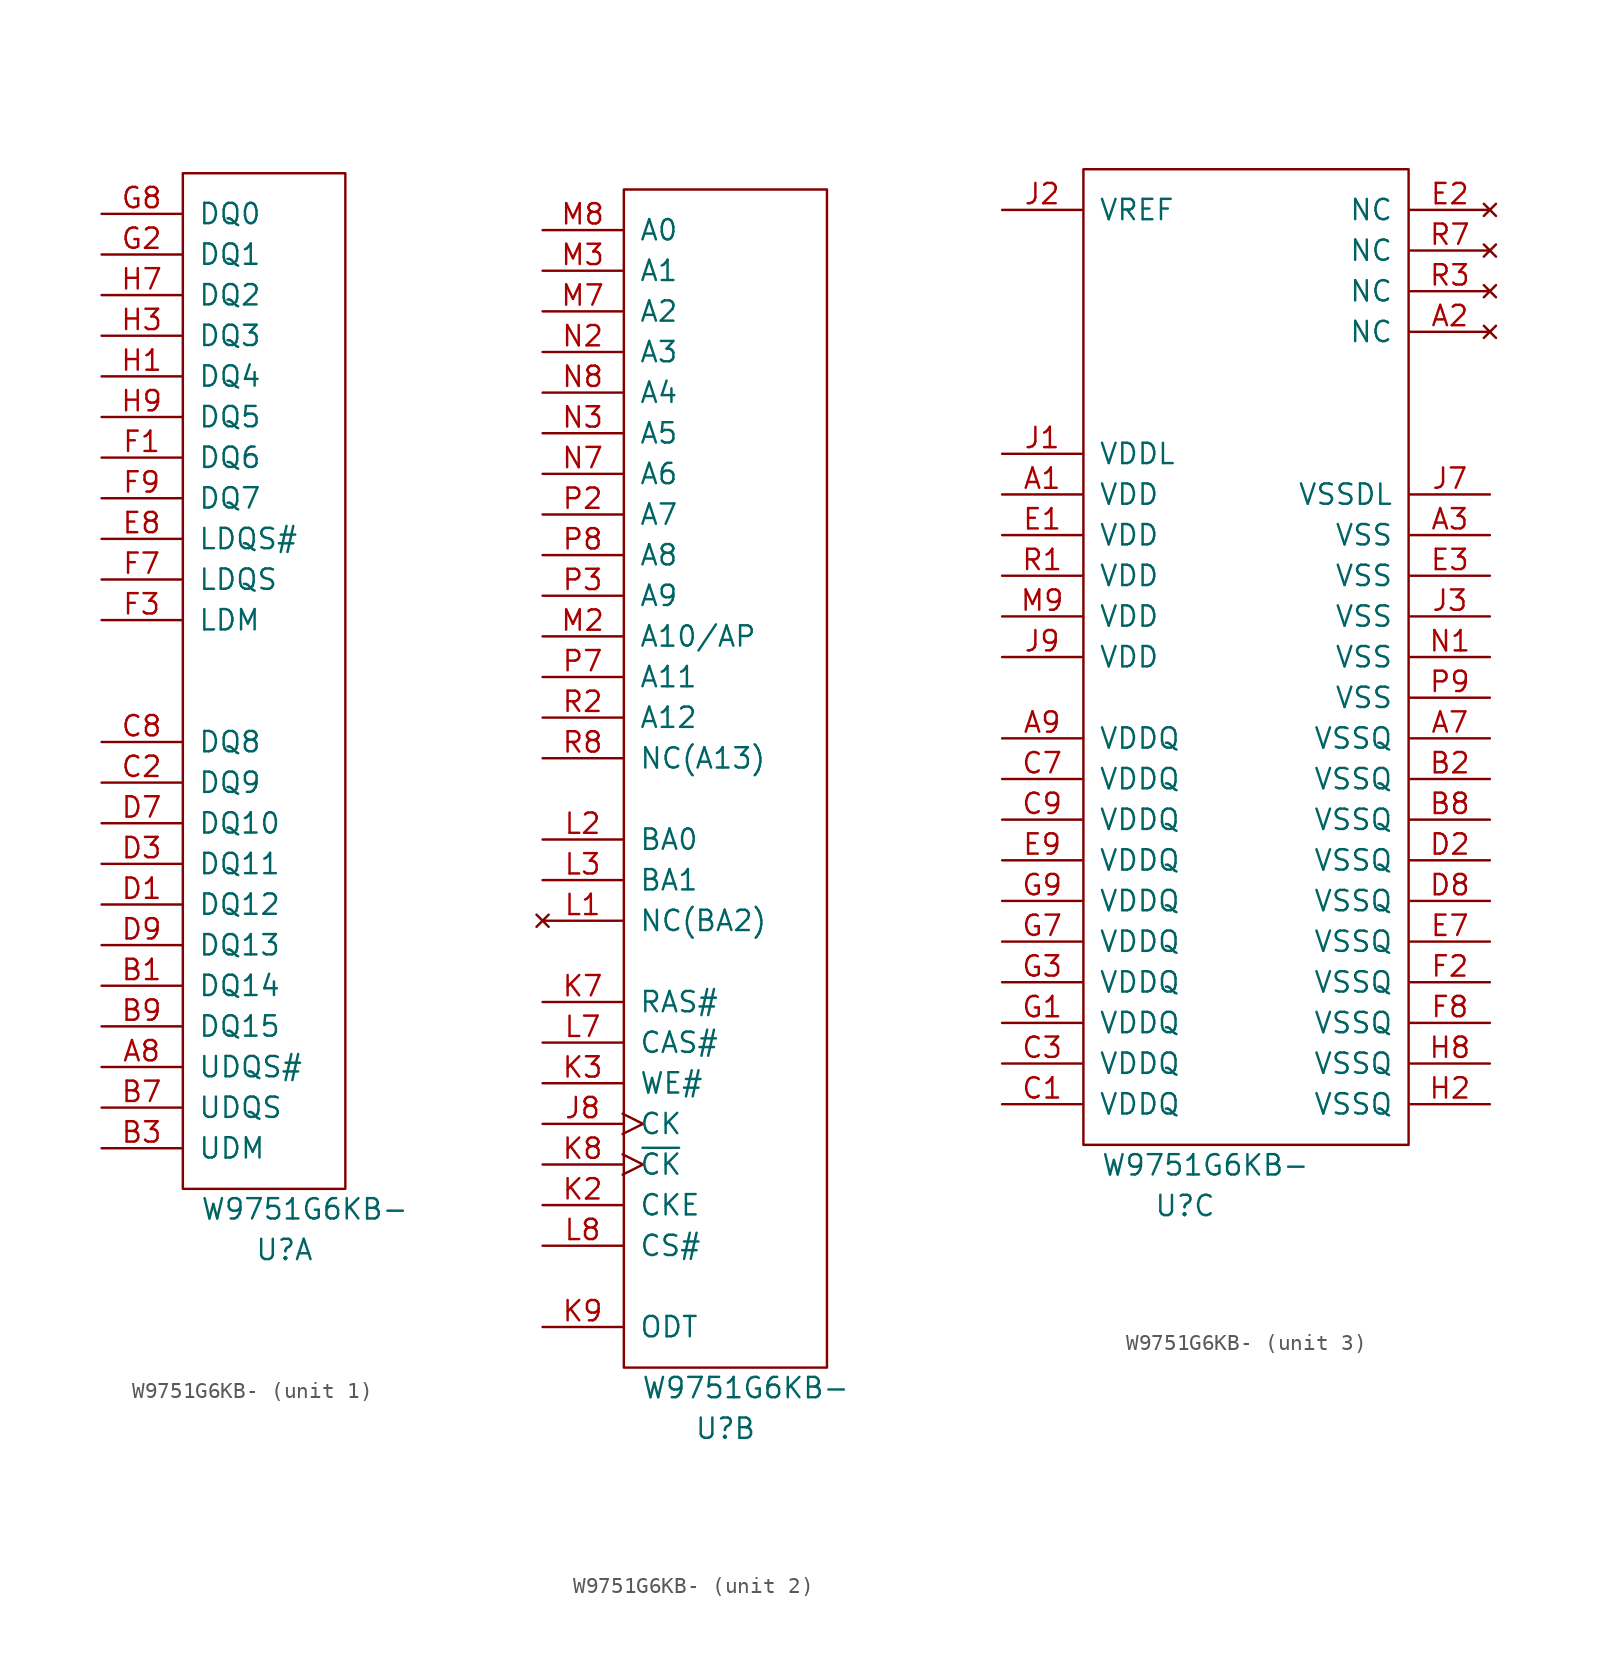
<source format=kicad_sym>
(kicad_symbol_lib
  (version 20220914)
  (generator kicad_symbol_editor)
  (symbol "W9751G6KB-"
    (pin_names
      (offset 1.016))
    (property "Reference" "U"
      (at 6.35 -3.81 0)
      (effects (font (size 1.27 1.27))))
    (property "Value" "W9751G6KB-"
      (at 7.62 -1.27 0)
      (effects (font (size 1.27 1.27))))
    (property "ki_locked" ""
      (at 0 0 0)
      (effects (font (size 1.27 1.27))))
    (symbol "W9751G6KB-_1_0"
      (rectangle (start 0 0) (end 10.16 63.5) (stroke (width 0) (type solid)) (fill (type none))))
    (symbol "W9751G6KB-_1_1"
      (pin bidirectional line (at -5.08 7.62 0) (length 5.004) (name "UDQS#" (effects (font (size 1.27 1.27)))) (number "A8" (effects (font (size 1.27 1.27)))))
      (pin bidirectional line (at -5.08 12.7 0) (length 5.004) (name "DQ14" (effects (font (size 1.27 1.27)))) (number "B1" (effects (font (size 1.27 1.27)))))
      (pin input line (at -5.08 2.54 0) (length 5.004) (name "UDM" (effects (font (size 1.27 1.27)))) (number "B3" (effects (font (size 1.27 1.27)))))
      (pin bidirectional line (at -5.08 5.08 0) (length 5.004) (name "UDQS" (effects (font (size 1.27 1.27)))) (number "B7" (effects (font (size 1.27 1.27)))))
      (pin bidirectional line (at -5.08 10.16 0) (length 5.004) (name "DQ15" (effects (font (size 1.27 1.27)))) (number "B9" (effects (font (size 1.27 1.27)))))
      (pin bidirectional line (at -5.08 25.4 0) (length 5.004) (name "DQ9" (effects (font (size 1.27 1.27)))) (number "C2" (effects (font (size 1.27 1.27)))))
      (pin bidirectional line (at -5.08 27.94 0) (length 5.004) (name "DQ8" (effects (font (size 1.27 1.27)))) (number "C8" (effects (font (size 1.27 1.27)))))
      (pin bidirectional line (at -5.08 17.78 0) (length 5.004) (name "DQ12" (effects (font (size 1.27 1.27)))) (number "D1" (effects (font (size 1.27 1.27)))))
      (pin bidirectional line (at -5.08 20.32 0) (length 5.004) (name "DQ11" (effects (font (size 1.27 1.27)))) (number "D3" (effects (font (size 1.27 1.27)))))
      (pin bidirectional line (at -5.08 22.86 0) (length 5.004) (name "DQ10" (effects (font (size 1.27 1.27)))) (number "D7" (effects (font (size 1.27 1.27)))))
      (pin bidirectional line (at -5.08 15.24 0) (length 5.004) (name "DQ13" (effects (font (size 1.27 1.27)))) (number "D9" (effects (font (size 1.27 1.27)))))
      (pin bidirectional line (at -5.08 40.64 0) (length 5.004) (name "LDQS#" (effects (font (size 1.27 1.27)))) (number "E8" (effects (font (size 1.27 1.27)))))
      (pin bidirectional line (at -5.08 45.72 0) (length 5.004) (name "DQ6" (effects (font (size 1.27 1.27)))) (number "F1" (effects (font (size 1.27 1.27)))))
      (pin bidirectional line (at -5.08 35.56 0) (length 5.004) (name "LDM" (effects (font (size 1.27 1.27)))) (number "F3" (effects (font (size 1.27 1.27)))))
      (pin bidirectional line (at -5.08 38.1 0) (length 5.004) (name "LDQS" (effects (font (size 1.27 1.27)))) (number "F7" (effects (font (size 1.27 1.27)))))
      (pin bidirectional line (at -5.08 43.18 0) (length 5.004) (name "DQ7" (effects (font (size 1.27 1.27)))) (number "F9" (effects (font (size 1.27 1.27)))))
      (pin bidirectional line (at -5.08 58.42 0) (length 5.004) (name "DQ1" (effects (font (size 1.27 1.27)))) (number "G2" (effects (font (size 1.27 1.27)))))
      (pin bidirectional line (at -5.08 60.96 0) (length 5.004) (name "DQ0" (effects (font (size 1.27 1.27)))) (number "G8" (effects (font (size 1.27 1.27)))))
      (pin bidirectional line (at -5.08 50.8 0) (length 5.004) (name "DQ4" (effects (font (size 1.27 1.27)))) (number "H1" (effects (font (size 1.27 1.27)))))
      (pin bidirectional line (at -5.08 53.34 0) (length 5.004) (name "DQ3" (effects (font (size 1.27 1.27)))) (number "H3" (effects (font (size 1.27 1.27)))))
      (pin bidirectional line (at -5.08 55.88 0) (length 5.004) (name "DQ2" (effects (font (size 1.27 1.27)))) (number "H7" (effects (font (size 1.27 1.27)))))
      (pin bidirectional line (at -5.08 48.26 0) (length 5.004) (name "DQ5" (effects (font (size 1.27 1.27)))) (number "H9" (effects (font (size 1.27 1.27))))))
    (symbol "W9751G6KB-_2_0"
      (rectangle (start 0 0) (end 12.7 73.66) (stroke (width 0) (type solid)) (fill (type none))))
    (symbol "W9751G6KB-_2_1"
      (pin input clock (at -5.08 15.24 0) (length 5.004) (name "CK" (effects (font (size 1.27 1.27)))) (number "J8" (effects (font (size 1.27 1.27)))))
      (pin input line (at -5.08 10.16 0) (length 5.004) (name "CKE" (effects (font (size 1.27 1.27)))) (number "K2" (effects (font (size 1.27 1.27)))))
      (pin input line (at -5.08 17.78 0) (length 5.004) (name "WE#" (effects (font (size 1.27 1.27)))) (number "K3" (effects (font (size 1.27 1.27)))))
      (pin input line (at -5.08 22.86 0) (length 5.004) (name "RAS#" (effects (font (size 1.27 1.27)))) (number "K7" (effects (font (size 1.27 1.27)))))
      (pin input clock (at -5.08 12.7 0) (length 5.004) (name "~{CK}" (effects (font (size 1.27 1.27)))) (number "K8" (effects (font (size 1.27 1.27)))))
      (pin input line (at -5.08 2.54 0) (length 5.004) (name "ODT" (effects (font (size 1.27 1.27)))) (number "K9" (effects (font (size 1.27 1.27)))))
      (pin no_connect line (at -5.08 27.94 0) (length 5.004) (name "NC(BA2)" (effects (font (size 1.27 1.27)))) (number "L1" (effects (font (size 1.27 1.27)))))
      (pin input line (at -5.08 33.02 0) (length 5.004) (name "BA0" (effects (font (size 1.27 1.27)))) (number "L2" (effects (font (size 1.27 1.27)))))
      (pin input line (at -5.08 30.48 0) (length 5.004) (name "BA1" (effects (font (size 1.27 1.27)))) (number "L3" (effects (font (size 1.27 1.27)))))
      (pin input line (at -5.08 20.32 0) (length 5.004) (name "CAS#" (effects (font (size 1.27 1.27)))) (number "L7" (effects (font (size 1.27 1.27)))))
      (pin input line (at -5.08 7.62 0) (length 5.004) (name "CS#" (effects (font (size 1.27 1.27)))) (number "L8" (effects (font (size 1.27 1.27)))))
      (pin input line (at -5.08 45.72 0) (length 5.004) (name "A10/AP" (effects (font (size 1.27 1.27)))) (number "M2" (effects (font (size 1.27 1.27)))))
      (pin input line (at -5.08 68.58 0) (length 5.004) (name "A1" (effects (font (size 1.27 1.27)))) (number "M3" (effects (font (size 1.27 1.27)))))
      (pin input line (at -5.08 66.04 0) (length 5.004) (name "A2" (effects (font (size 1.27 1.27)))) (number "M7" (effects (font (size 1.27 1.27)))))
      (pin input line (at -5.08 71.12 0) (length 5.004) (name "A0" (effects (font (size 1.27 1.27)))) (number "M8" (effects (font (size 1.27 1.27)))))
      (pin input line (at -5.08 63.5 0) (length 5.004) (name "A3" (effects (font (size 1.27 1.27)))) (number "N2" (effects (font (size 1.27 1.27)))))
      (pin input line (at -5.08 58.42 0) (length 5.004) (name "A5" (effects (font (size 1.27 1.27)))) (number "N3" (effects (font (size 1.27 1.27)))))
      (pin input line (at -5.08 55.88 0) (length 5.004) (name "A6" (effects (font (size 1.27 1.27)))) (number "N7" (effects (font (size 1.27 1.27)))))
      (pin input line (at -5.08 60.96 0) (length 5.004) (name "A4" (effects (font (size 1.27 1.27)))) (number "N8" (effects (font (size 1.27 1.27)))))
      (pin input line (at -5.08 53.34 0) (length 5.004) (name "A7" (effects (font (size 1.27 1.27)))) (number "P2" (effects (font (size 1.27 1.27)))))
      (pin input line (at -5.08 48.26 0) (length 5.004) (name "A9" (effects (font (size 1.27 1.27)))) (number "P3" (effects (font (size 1.27 1.27)))))
      (pin input line (at -5.08 43.18 0) (length 5.004) (name "A11" (effects (font (size 1.27 1.27)))) (number "P7" (effects (font (size 1.27 1.27)))))
      (pin input line (at -5.08 50.8 0) (length 5.004) (name "A8" (effects (font (size 1.27 1.27)))) (number "P8" (effects (font (size 1.27 1.27)))))
      (pin input line (at -5.08 40.64 0) (length 5.004) (name "A12" (effects (font (size 1.27 1.27)))) (number "R2" (effects (font (size 1.27 1.27)))))
      (pin input line (at -5.08 38.1 0) (length 5.004) (name "NC(A13)" (effects (font (size 1.27 1.27)))) (number "R8" (effects (font (size 1.27 1.27))))))
    (symbol "W9751G6KB-_3_0"
      (rectangle (start 0 0) (end 20.32 60.96) (stroke (width 0) (type solid)) (fill (type none))))
    (symbol "W9751G6KB-_3_1"
      (pin power_in line (at -5.08 40.64 0) (length 5.004) (name "VDD" (effects (font (size 1.27 1.27)))) (number "A1" (effects (font (size 1.27 1.27)))))
      (pin no_connect line (at 25.4 50.8 180) (length 5.004) (name "NC" (effects (font (size 1.27 1.27)))) (number "A2" (effects (font (size 1.27 1.27)))))
      (pin power_in line (at 25.4 38.1 180) (length 5.004) (name "VSS" (effects (font (size 1.27 1.27)))) (number "A3" (effects (font (size 1.27 1.27)))))
      (pin power_in line (at 25.4 25.4 180) (length 5.004) (name "VSSQ" (effects (font (size 1.27 1.27)))) (number "A7" (effects (font (size 1.27 1.27)))))
      (pin power_in line (at -5.08 25.4 0) (length 5.004) (name "VDDQ" (effects (font (size 1.27 1.27)))) (number "A9" (effects (font (size 1.27 1.27)))))
      (pin power_in line (at 25.4 22.86 180) (length 5.004) (name "VSSQ" (effects (font (size 1.27 1.27)))) (number "B2" (effects (font (size 1.27 1.27)))))
      (pin power_in line (at 25.4 20.32 180) (length 5.004) (name "VSSQ" (effects (font (size 1.27 1.27)))) (number "B8" (effects (font (size 1.27 1.27)))))
      (pin power_in line (at -5.08 2.54 0) (length 5.004) (name "VDDQ" (effects (font (size 1.27 1.27)))) (number "C1" (effects (font (size 1.27 1.27)))))
      (pin power_in line (at -5.08 5.08 0) (length 5.004) (name "VDDQ" (effects (font (size 1.27 1.27)))) (number "C3" (effects (font (size 1.27 1.27)))))
      (pin power_in line (at -5.08 22.86 0) (length 5.004) (name "VDDQ" (effects (font (size 1.27 1.27)))) (number "C7" (effects (font (size 1.27 1.27)))))
      (pin power_in line (at -5.08 20.32 0) (length 5.004) (name "VDDQ" (effects (font (size 1.27 1.27)))) (number "C9" (effects (font (size 1.27 1.27)))))
      (pin power_in line (at 25.4 17.78 180) (length 5.004) (name "VSSQ" (effects (font (size 1.27 1.27)))) (number "D2" (effects (font (size 1.27 1.27)))))
      (pin power_in line (at 25.4 15.24 180) (length 5.004) (name "VSSQ" (effects (font (size 1.27 1.27)))) (number "D8" (effects (font (size 1.27 1.27)))))
      (pin power_in line (at -5.08 38.1 0) (length 5.004) (name "VDD" (effects (font (size 1.27 1.27)))) (number "E1" (effects (font (size 1.27 1.27)))))
      (pin no_connect line (at 25.4 58.42 180) (length 5.004) (name "NC" (effects (font (size 1.27 1.27)))) (number "E2" (effects (font (size 1.27 1.27)))))
      (pin power_in line (at 25.4 35.56 180) (length 5.004) (name "VSS" (effects (font (size 1.27 1.27)))) (number "E3" (effects (font (size 1.27 1.27)))))
      (pin power_in line (at 25.4 12.7 180) (length 5.004) (name "VSSQ" (effects (font (size 1.27 1.27)))) (number "E7" (effects (font (size 1.27 1.27)))))
      (pin power_in line (at -5.08 17.78 0) (length 5.004) (name "VDDQ" (effects (font (size 1.27 1.27)))) (number "E9" (effects (font (size 1.27 1.27)))))
      (pin power_in line (at 25.4 10.16 180) (length 5.004) (name "VSSQ" (effects (font (size 1.27 1.27)))) (number "F2" (effects (font (size 1.27 1.27)))))
      (pin power_in line (at 25.4 7.62 180) (length 5.004) (name "VSSQ" (effects (font (size 1.27 1.27)))) (number "F8" (effects (font (size 1.27 1.27)))))
      (pin power_in line (at -5.08 7.62 0) (length 5.004) (name "VDDQ" (effects (font (size 1.27 1.27)))) (number "G1" (effects (font (size 1.27 1.27)))))
      (pin power_in line (at -5.08 10.16 0) (length 5.004) (name "VDDQ" (effects (font (size 1.27 1.27)))) (number "G3" (effects (font (size 1.27 1.27)))))
      (pin power_in line (at -5.08 12.7 0) (length 5.004) (name "VDDQ" (effects (font (size 1.27 1.27)))) (number "G7" (effects (font (size 1.27 1.27)))))
      (pin power_in line (at -5.08 15.24 0) (length 5.004) (name "VDDQ" (effects (font (size 1.27 1.27)))) (number "G9" (effects (font (size 1.27 1.27)))))
      (pin power_in line (at 25.4 2.54 180) (length 5.004) (name "VSSQ" (effects (font (size 1.27 1.27)))) (number "H2" (effects (font (size 1.27 1.27)))))
      (pin power_in line (at 25.4 5.08 180) (length 5.004) (name "VSSQ" (effects (font (size 1.27 1.27)))) (number "H8" (effects (font (size 1.27 1.27)))))
      (pin power_in line (at -5.08 43.18 0) (length 5.004) (name "VDDL" (effects (font (size 1.27 1.27)))) (number "J1" (effects (font (size 1.27 1.27)))))
      (pin input line (at -5.08 58.42 0) (length 5.004) (name "VREF" (effects (font (size 1.27 1.27)))) (number "J2" (effects (font (size 1.27 1.27)))))
      (pin power_in line (at 25.4 33.02 180) (length 5.004) (name "VSS" (effects (font (size 1.27 1.27)))) (number "J3" (effects (font (size 1.27 1.27)))))
      (pin power_in line (at 25.4 40.64 180) (length 5.004) (name "VSSDL" (effects (font (size 1.27 1.27)))) (number "J7" (effects (font (size 1.27 1.27)))))
      (pin power_in line (at -5.08 30.48 0) (length 5.004) (name "VDD" (effects (font (size 1.27 1.27)))) (number "J9" (effects (font (size 1.27 1.27)))))
      (pin power_in line (at -5.08 33.02 0) (length 5.004) (name "VDD" (effects (font (size 1.27 1.27)))) (number "M9" (effects (font (size 1.27 1.27)))))
      (pin power_in line (at 25.4 30.48 180) (length 5.004) (name "VSS" (effects (font (size 1.27 1.27)))) (number "N1" (effects (font (size 1.27 1.27)))))
      (pin power_in line (at 25.4 27.94 180) (length 5.004) (name "VSS" (effects (font (size 1.27 1.27)))) (number "P9" (effects (font (size 1.27 1.27)))))
      (pin power_in line (at -5.08 35.56 0) (length 5.004) (name "VDD" (effects (font (size 1.27 1.27)))) (number "R1" (effects (font (size 1.27 1.27)))))
      (pin no_connect line (at 25.4 53.34 180) (length 5.004) (name "NC" (effects (font (size 1.27 1.27)))) (number "R3" (effects (font (size 1.27 1.27)))))
      (pin no_connect line (at 25.4 55.88 180) (length 5.004) (name "NC" (effects (font (size 1.27 1.27)))) (number "R7" (effects (font (size 1.27 1.27))))))))
</source>
